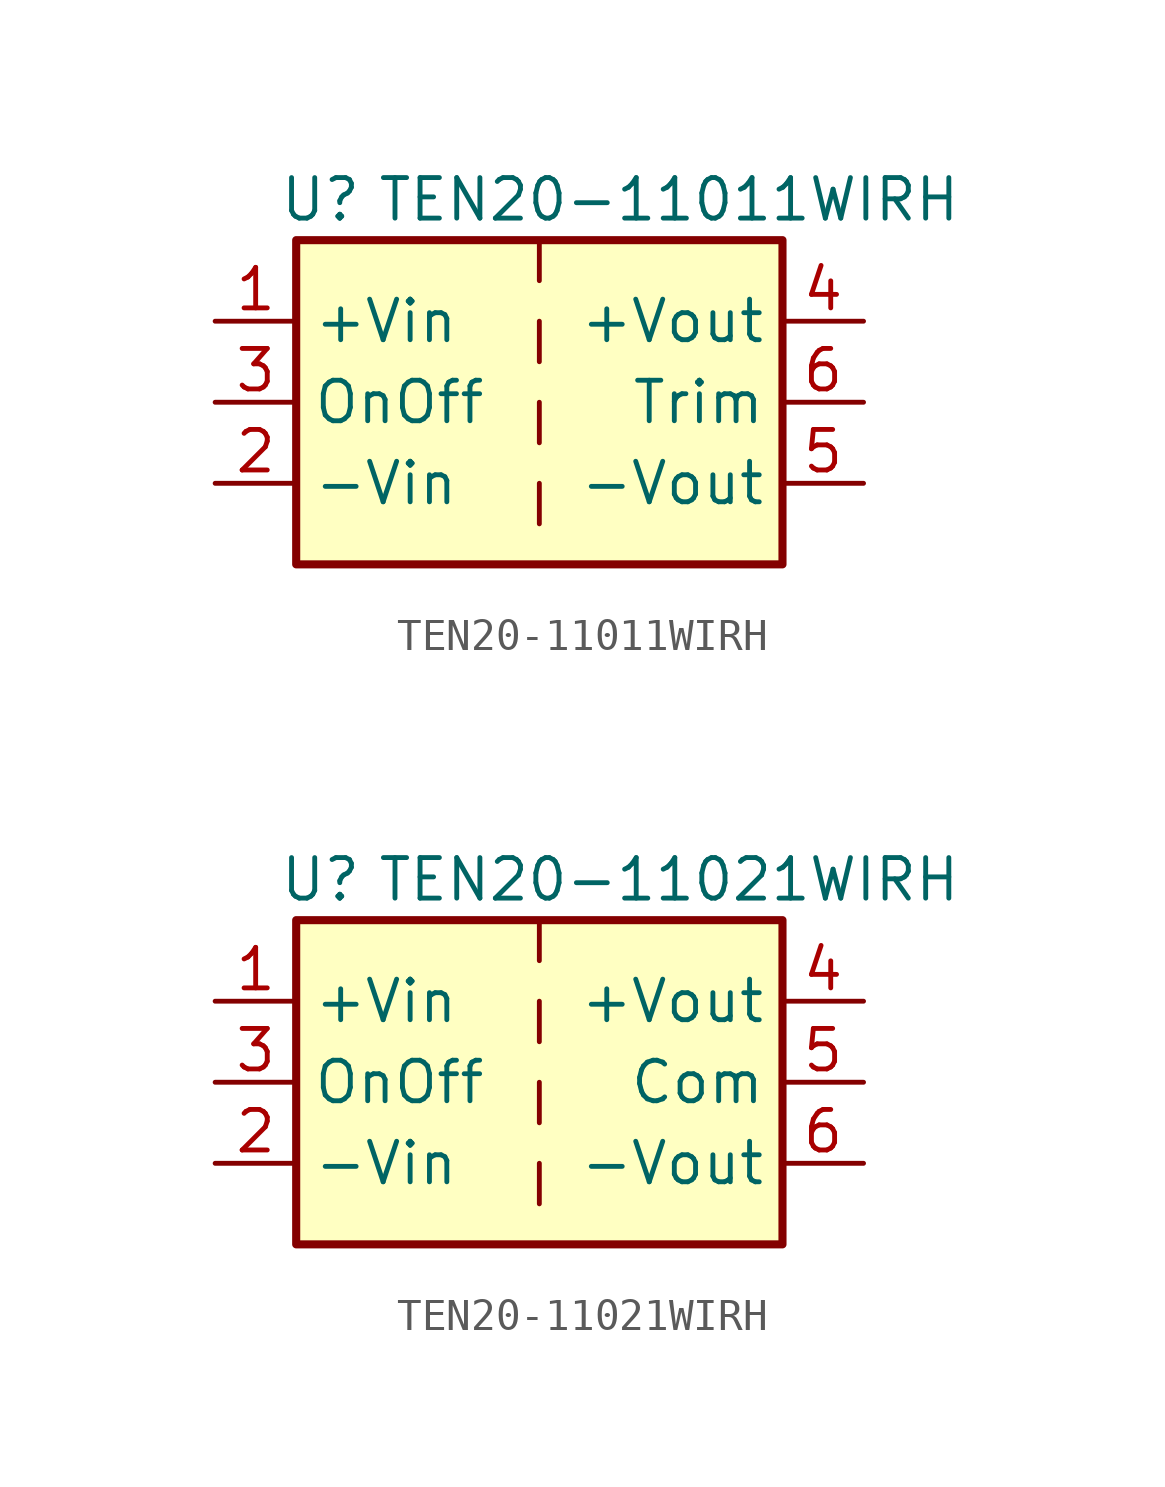
<source format=kicad_sym>
(kicad_symbol_lib
  (version 20231120)
  (generator "kicad_symbol_editor")
  (generator_version "8.0")
  (symbol "TEN20-11011WIRH"
    (property "Reference" "U"
      (at -6.858 6.35 0)
      (effects (font (size 1.27 1.27))))
    (property "Value" "TEN20-11011WIRH"
      (at 4.064 6.35 0)
      (effects (font (size 1.27 1.27))))
    (symbol "TEN20-11011WIRH_0_0"
      (pin input line (at -10.16 0 0) (length 2.54) (name "OnOff" (effects (font (size 1.27 1.27)))) (number "3" (effects (font (size 1.27 1.27))))))
    (symbol "TEN20-11011WIRH_0_1"
      (rectangle (start -7.62 5.08) (end 7.62 -5.08) (stroke (width 0.254) (type default)) (fill (type background)))
      (polyline (pts (xy 0 -2.54) (xy 0 -3.81)) (stroke (width 0) (type default)) (fill (type none)))
      (polyline (pts (xy 0 0) (xy 0 -1.27)) (stroke (width 0) (type default)) (fill (type none)))
      (polyline (pts (xy 0 2.54) (xy 0 1.27)) (stroke (width 0) (type default)) (fill (type none)))
      (polyline (pts (xy 0 5.08) (xy 0 3.81)) (stroke (width 0) (type default)) (fill (type none))))
    (symbol "TEN20-11011WIRH_1_0"
      (pin power_in line (at -10.16 2.54 0) (length 2.54) (name "+Vin" (effects (font (size 1.27 1.27)))) (number "1" (effects (font (size 1.27 1.27)))))
      (pin power_in line (at -10.16 -2.54 0) (length 2.54) (name "-Vin" (effects (font (size 1.27 1.27)))) (number "2" (effects (font (size 1.27 1.27)))))
      (pin power_out line (at 10.16 2.54 180) (length 2.54) (name "+Vout" (effects (font (size 1.27 1.27)))) (number "4" (effects (font (size 1.27 1.27)))))
      (pin power_out line (at 10.16 -2.54 180) (length 2.54) (name "-Vout" (effects (font (size 1.27 1.27)))) (number "5" (effects (font (size 1.27 1.27)))))
      (pin input line (at 10.16 0 180) (length 2.54) (name "Trim" (effects (font (size 1.27 1.27)))) (number "6" (effects (font (size 1.27 1.27)))))))
  (symbol "TEN20-11021WIRH"
    (property "Reference" "U"
      (at -6.858 6.35 0)
      (effects (font (size 1.27 1.27))))
    (property "Value" "TEN20-11021WIRH"
      (at 4.064 6.35 0)
      (effects (font (size 1.27 1.27))))
    (symbol "TEN20-11021WIRH_0_0"
      (pin input line (at -10.16 0 0) (length 2.54) (name "OnOff" (effects (font (size 1.27 1.27)))) (number "3" (effects (font (size 1.27 1.27))))))
    (symbol "TEN20-11021WIRH_0_1"
      (rectangle (start -7.62 5.08) (end 7.62 -5.08) (stroke (width 0.254) (type default)) (fill (type background)))
      (polyline (pts (xy 0 -2.54) (xy 0 -3.81)) (stroke (width 0) (type default)) (fill (type none)))
      (polyline (pts (xy 0 0) (xy 0 -1.27)) (stroke (width 0) (type default)) (fill (type none)))
      (polyline (pts (xy 0 2.54) (xy 0 1.27)) (stroke (width 0) (type default)) (fill (type none)))
      (polyline (pts (xy 0 5.08) (xy 0 3.81)) (stroke (width 0) (type default)) (fill (type none))))
    (symbol "TEN20-11021WIRH_1_0"
      (pin power_in line (at -10.16 2.54 0) (length 2.54) (name "+Vin" (effects (font (size 1.27 1.27)))) (number "1" (effects (font (size 1.27 1.27)))))
      (pin power_in line (at -10.16 -2.54 0) (length 2.54) (name "-Vin" (effects (font (size 1.27 1.27)))) (number "2" (effects (font (size 1.27 1.27)))))
      (pin power_out line (at 10.16 2.54 180) (length 2.54) (name "+Vout" (effects (font (size 1.27 1.27)))) (number "4" (effects (font (size 1.27 1.27)))))
      (pin power_out line (at 10.16 0 180) (length 2.54) (name "Com" (effects (font (size 1.27 1.27)))) (number "5" (effects (font (size 1.27 1.27)))))
      (pin power_out line (at 10.16 -2.54 180) (length 2.54) (name "-Vout" (effects (font (size 1.27 1.27)))) (number "6" (effects (font (size 1.27 1.27))))))))
</source>
